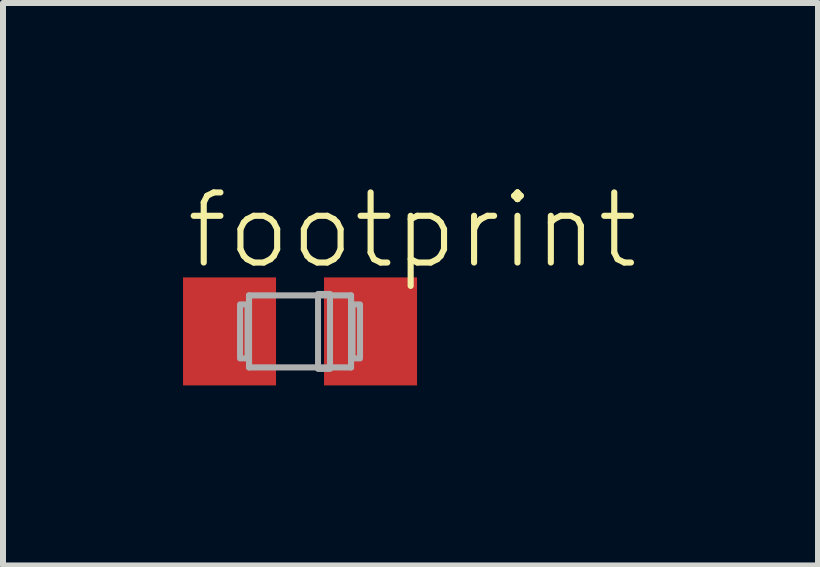
<source format=kicad_pcb>
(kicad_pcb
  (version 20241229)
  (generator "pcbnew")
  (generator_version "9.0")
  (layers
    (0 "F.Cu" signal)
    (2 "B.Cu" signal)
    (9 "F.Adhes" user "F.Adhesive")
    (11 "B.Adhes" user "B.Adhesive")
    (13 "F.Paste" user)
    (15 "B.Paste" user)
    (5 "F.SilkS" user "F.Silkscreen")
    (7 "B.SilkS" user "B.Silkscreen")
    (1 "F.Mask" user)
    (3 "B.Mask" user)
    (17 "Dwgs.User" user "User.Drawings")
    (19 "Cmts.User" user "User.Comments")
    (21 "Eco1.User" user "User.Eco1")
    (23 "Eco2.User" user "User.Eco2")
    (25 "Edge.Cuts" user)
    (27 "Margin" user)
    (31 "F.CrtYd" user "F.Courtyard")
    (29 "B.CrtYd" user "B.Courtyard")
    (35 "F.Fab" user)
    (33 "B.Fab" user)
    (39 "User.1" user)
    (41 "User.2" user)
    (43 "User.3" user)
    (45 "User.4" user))
  (footprint "footprint"
    (layer "F.Cu")
    (at 1.95 2.473)
    (property "Reference" "footprint" (at -1.95 -1 0) (layer "F.SilkS") (effects (font (size 1.168 1.168) (thickness 0.102)) (justify left bottom)))
    (fp_line (start -0.85 -0.6) (end 0.85 -0.6) (stroke (width 0.102) (type solid)) (layer "F.Fab"))
    (fp_line (start -0.85 0.6) (end -0.85 -0.6) (stroke (width 0.102) (type solid)) (layer "F.Fab"))
    (fp_line (start 0.85 -0.6) (end 0.85 0.6) (stroke (width 0.102) (type solid)) (layer "F.Fab"))
    (fp_line (start 0.85 0.6) (end -0.85 0.6) (stroke (width 0.102) (type solid)) (layer "F.Fab"))
    (fp_poly (pts (xy -1 0.45) (xy -0.875 0.45) (xy -0.875 -0.45) (xy -1 -0.45)) (stroke (width 0.1) (type solid)) (fill no) (layer "F.Fab"))
    (fp_poly (pts (xy 0.3 0.625) (xy 0.5 0.625) (xy 0.5 -0.625) (xy 0.3 -0.625)) (stroke (width 0.1) (type solid)) (fill no) (layer "F.Fab"))
    (fp_poly (pts (xy 0.875 0.45) (xy 1 0.45) (xy 1 -0.45) (xy 0.875 -0.45)) (stroke (width 0.1) (type solid)) (fill no) (layer "F.Fab"))
    (pad "+" smd rect (at 1.175 0) (size 1.55 1.8) (layers "F.Cu" "F.Mask" "F.Paste"))
    (pad "-" smd rect (at -1.175 0) (size 1.55 1.8) (layers "F.Cu" "F.Mask" "F.Paste")))
  (gr_rect
    (start -3 -3)
    (end 10.582 6.373)
    (stroke (width 0.1) (type default))
    (fill no)
    (layer "Edge.Cuts")))
</source>
